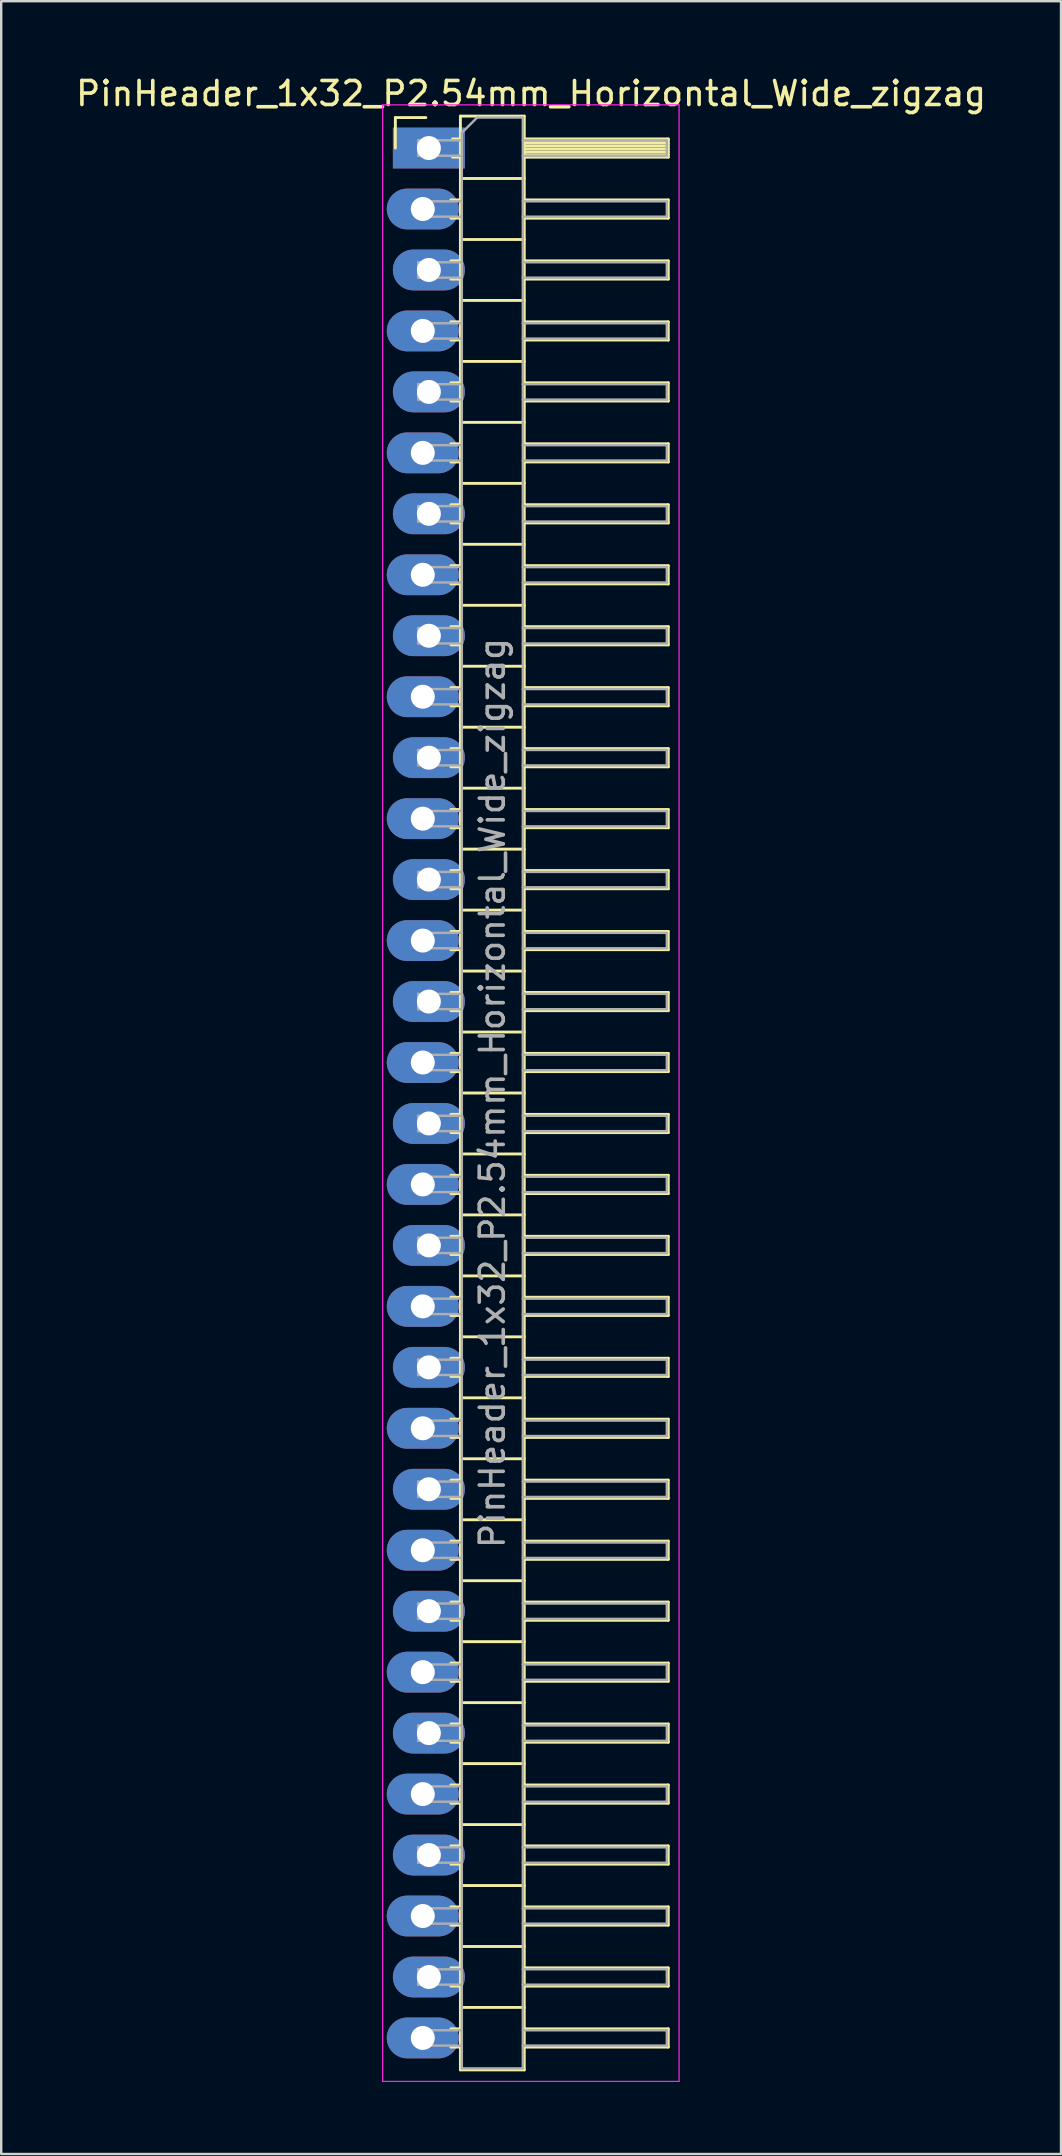
<source format=kicad_pcb>
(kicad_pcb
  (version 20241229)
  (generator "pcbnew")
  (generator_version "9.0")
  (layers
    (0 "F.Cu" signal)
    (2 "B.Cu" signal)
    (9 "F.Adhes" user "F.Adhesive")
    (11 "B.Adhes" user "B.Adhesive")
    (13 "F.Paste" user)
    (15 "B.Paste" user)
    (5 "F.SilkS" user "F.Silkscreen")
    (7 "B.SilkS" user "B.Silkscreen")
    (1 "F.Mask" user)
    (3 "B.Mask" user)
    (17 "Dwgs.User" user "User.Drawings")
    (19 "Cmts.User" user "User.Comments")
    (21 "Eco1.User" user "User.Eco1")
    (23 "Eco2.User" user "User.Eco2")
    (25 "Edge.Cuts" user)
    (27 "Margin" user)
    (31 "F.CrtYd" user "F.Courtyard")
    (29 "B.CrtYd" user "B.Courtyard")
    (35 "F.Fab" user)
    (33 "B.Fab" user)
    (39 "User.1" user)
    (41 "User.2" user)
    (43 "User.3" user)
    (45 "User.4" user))
  (footprint "PinHeader_1x32_P2.54mm_Horizontal_Wide_zigzag"
    (layer "F.Cu")
    (at 14.692 3.118)
    (property "Reference" "PinHeader_1x32_P2.54mm_Horizontal_Wide_zigzag" (at 4.385 -2.27 0) (layer "F.SilkS") (effects (font (size 1 1) (thickness 0.15))))
    (attr through_hole)
    (fp_line (start -1.27 -1.27) (end 0 -1.27) (stroke (width 0.12) (type solid)) (layer "F.SilkS"))
    (fp_line (start -1.27 0) (end -1.27 -1.27) (stroke (width 0.12) (type solid)) (layer "F.SilkS"))
    (fp_line (start 1.043 2.16) (end 1.44 2.16) (stroke (width 0.12) (type solid)) (layer "F.SilkS"))
    (fp_line (start 1.043 2.92) (end 1.44 2.92) (stroke (width 0.12) (type solid)) (layer "F.SilkS"))
    (fp_line (start 1.043 4.7) (end 1.44 4.7) (stroke (width 0.12) (type solid)) (layer "F.SilkS"))
    (fp_line (start 1.043 5.46) (end 1.44 5.46) (stroke (width 0.12) (type solid)) (layer "F.SilkS"))
    (fp_line (start 1.043 7.24) (end 1.44 7.24) (stroke (width 0.12) (type solid)) (layer "F.SilkS"))
    (fp_line (start 1.043 8) (end 1.44 8) (stroke (width 0.12) (type solid)) (layer "F.SilkS"))
    (fp_line (start 1.043 9.78) (end 1.44 9.78) (stroke (width 0.12) (type solid)) (layer "F.SilkS"))
    (fp_line (start 1.043 10.54) (end 1.44 10.54) (stroke (width 0.12) (type solid)) (layer "F.SilkS"))
    (fp_line (start 1.043 12.32) (end 1.44 12.32) (stroke (width 0.12) (type solid)) (layer "F.SilkS"))
    (fp_line (start 1.043 13.08) (end 1.44 13.08) (stroke (width 0.12) (type solid)) (layer "F.SilkS"))
    (fp_line (start 1.043 14.86) (end 1.44 14.86) (stroke (width 0.12) (type solid)) (layer "F.SilkS"))
    (fp_line (start 1.043 15.62) (end 1.44 15.62) (stroke (width 0.12) (type solid)) (layer "F.SilkS"))
    (fp_line (start 1.043 17.4) (end 1.44 17.4) (stroke (width 0.12) (type solid)) (layer "F.SilkS"))
    (fp_line (start 1.043 18.16) (end 1.44 18.16) (stroke (width 0.12) (type solid)) (layer "F.SilkS"))
    (fp_line (start 1.043 19.94) (end 1.44 19.94) (stroke (width 0.12) (type solid)) (layer "F.SilkS"))
    (fp_line (start 1.043 20.7) (end 1.44 20.7) (stroke (width 0.12) (type solid)) (layer "F.SilkS"))
    (fp_line (start 1.043 22.48) (end 1.44 22.48) (stroke (width 0.12) (type solid)) (layer "F.SilkS"))
    (fp_line (start 1.043 23.24) (end 1.44 23.24) (stroke (width 0.12) (type solid)) (layer "F.SilkS"))
    (fp_line (start 1.043 25.02) (end 1.44 25.02) (stroke (width 0.12) (type solid)) (layer "F.SilkS"))
    (fp_line (start 1.043 25.78) (end 1.44 25.78) (stroke (width 0.12) (type solid)) (layer "F.SilkS"))
    (fp_line (start 1.043 27.56) (end 1.44 27.56) (stroke (width 0.12) (type solid)) (layer "F.SilkS"))
    (fp_line (start 1.043 28.32) (end 1.44 28.32) (stroke (width 0.12) (type solid)) (layer "F.SilkS"))
    (fp_line (start 1.043 30.1) (end 1.44 30.1) (stroke (width 0.12) (type solid)) (layer "F.SilkS"))
    (fp_line (start 1.043 30.86) (end 1.44 30.86) (stroke (width 0.12) (type solid)) (layer "F.SilkS"))
    (fp_line (start 1.043 32.64) (end 1.44 32.64) (stroke (width 0.12) (type solid)) (layer "F.SilkS"))
    (fp_line (start 1.043 33.4) (end 1.44 33.4) (stroke (width 0.12) (type solid)) (layer "F.SilkS"))
    (fp_line (start 1.043 35.18) (end 1.44 35.18) (stroke (width 0.12) (type solid)) (layer "F.SilkS"))
    (fp_line (start 1.043 35.94) (end 1.44 35.94) (stroke (width 0.12) (type solid)) (layer "F.SilkS"))
    (fp_line (start 1.043 37.72) (end 1.44 37.72) (stroke (width 0.12) (type solid)) (layer "F.SilkS"))
    (fp_line (start 1.043 38.48) (end 1.44 38.48) (stroke (width 0.12) (type solid)) (layer "F.SilkS"))
    (fp_line (start 1.043 40.26) (end 1.44 40.26) (stroke (width 0.12) (type solid)) (layer "F.SilkS"))
    (fp_line (start 1.043 41.02) (end 1.44 41.02) (stroke (width 0.12) (type solid)) (layer "F.SilkS"))
    (fp_line (start 1.043 42.8) (end 1.44 42.8) (stroke (width 0.12) (type solid)) (layer "F.SilkS"))
    (fp_line (start 1.043 43.56) (end 1.44 43.56) (stroke (width 0.12) (type solid)) (layer "F.SilkS"))
    (fp_line (start 1.043 45.34) (end 1.44 45.34) (stroke (width 0.12) (type solid)) (layer "F.SilkS"))
    (fp_line (start 1.043 46.1) (end 1.44 46.1) (stroke (width 0.12) (type solid)) (layer "F.SilkS"))
    (fp_line (start 1.043 47.88) (end 1.44 47.88) (stroke (width 0.12) (type solid)) (layer "F.SilkS"))
    (fp_line (start 1.043 48.64) (end 1.44 48.64) (stroke (width 0.12) (type solid)) (layer "F.SilkS"))
    (fp_line (start 1.043 50.42) (end 1.44 50.42) (stroke (width 0.12) (type solid)) (layer "F.SilkS"))
    (fp_line (start 1.043 51.18) (end 1.44 51.18) (stroke (width 0.12) (type solid)) (layer "F.SilkS"))
    (fp_line (start 1.043 52.96) (end 1.44 52.96) (stroke (width 0.12) (type solid)) (layer "F.SilkS"))
    (fp_line (start 1.043 53.72) (end 1.44 53.72) (stroke (width 0.12) (type solid)) (layer "F.SilkS"))
    (fp_line (start 1.043 55.5) (end 1.44 55.5) (stroke (width 0.12) (type solid)) (layer "F.SilkS"))
    (fp_line (start 1.043 56.26) (end 1.44 56.26) (stroke (width 0.12) (type solid)) (layer "F.SilkS"))
    (fp_line (start 1.043 58.04) (end 1.44 58.04) (stroke (width 0.12) (type solid)) (layer "F.SilkS"))
    (fp_line (start 1.043 58.8) (end 1.44 58.8) (stroke (width 0.12) (type solid)) (layer "F.SilkS"))
    (fp_line (start 1.043 60.58) (end 1.44 60.58) (stroke (width 0.12) (type solid)) (layer "F.SilkS"))
    (fp_line (start 1.043 61.34) (end 1.44 61.34) (stroke (width 0.12) (type solid)) (layer "F.SilkS"))
    (fp_line (start 1.043 63.12) (end 1.44 63.12) (stroke (width 0.12) (type solid)) (layer "F.SilkS"))
    (fp_line (start 1.043 63.88) (end 1.44 63.88) (stroke (width 0.12) (type solid)) (layer "F.SilkS"))
    (fp_line (start 1.043 65.66) (end 1.44 65.66) (stroke (width 0.12) (type solid)) (layer "F.SilkS"))
    (fp_line (start 1.043 66.42) (end 1.44 66.42) (stroke (width 0.12) (type solid)) (layer "F.SilkS"))
    (fp_line (start 1.043 68.2) (end 1.44 68.2) (stroke (width 0.12) (type solid)) (layer "F.SilkS"))
    (fp_line (start 1.043 68.96) (end 1.44 68.96) (stroke (width 0.12) (type solid)) (layer "F.SilkS"))
    (fp_line (start 1.043 70.74) (end 1.44 70.74) (stroke (width 0.12) (type solid)) (layer "F.SilkS"))
    (fp_line (start 1.043 71.5) (end 1.44 71.5) (stroke (width 0.12) (type solid)) (layer "F.SilkS"))
    (fp_line (start 1.043 73.28) (end 1.44 73.28) (stroke (width 0.12) (type solid)) (layer "F.SilkS"))
    (fp_line (start 1.043 74.04) (end 1.44 74.04) (stroke (width 0.12) (type solid)) (layer "F.SilkS"))
    (fp_line (start 1.043 75.82) (end 1.44 75.82) (stroke (width 0.12) (type solid)) (layer "F.SilkS"))
    (fp_line (start 1.043 76.58) (end 1.44 76.58) (stroke (width 0.12) (type solid)) (layer "F.SilkS"))
    (fp_line (start 1.043 78.36) (end 1.44 78.36) (stroke (width 0.12) (type solid)) (layer "F.SilkS"))
    (fp_line (start 1.043 79.12) (end 1.44 79.12) (stroke (width 0.12) (type solid)) (layer "F.SilkS"))
    (fp_line (start 1.11 -0.38) (end 1.44 -0.38) (stroke (width 0.12) (type solid)) (layer "F.SilkS"))
    (fp_line (start 1.11 0.38) (end 1.44 0.38) (stroke (width 0.12) (type solid)) (layer "F.SilkS"))
    (fp_line (start 1.44 -1.33) (end 1.44 80.07) (stroke (width 0.12) (type solid)) (layer "F.SilkS"))
    (fp_line (start 1.44 1.27) (end 4.1 1.27) (stroke (width 0.12) (type solid)) (layer "F.SilkS"))
    (fp_line (start 1.44 3.81) (end 4.1 3.81) (stroke (width 0.12) (type solid)) (layer "F.SilkS"))
    (fp_line (start 1.44 6.35) (end 4.1 6.35) (stroke (width 0.12) (type solid)) (layer "F.SilkS"))
    (fp_line (start 1.44 8.89) (end 4.1 8.89) (stroke (width 0.12) (type solid)) (layer "F.SilkS"))
    (fp_line (start 1.44 11.43) (end 4.1 11.43) (stroke (width 0.12) (type solid)) (layer "F.SilkS"))
    (fp_line (start 1.44 13.97) (end 4.1 13.97) (stroke (width 0.12) (type solid)) (layer "F.SilkS"))
    (fp_line (start 1.44 16.51) (end 4.1 16.51) (stroke (width 0.12) (type solid)) (layer "F.SilkS"))
    (fp_line (start 1.44 19.05) (end 4.1 19.05) (stroke (width 0.12) (type solid)) (layer "F.SilkS"))
    (fp_line (start 1.44 21.59) (end 4.1 21.59) (stroke (width 0.12) (type solid)) (layer "F.SilkS"))
    (fp_line (start 1.44 24.13) (end 4.1 24.13) (stroke (width 0.12) (type solid)) (layer "F.SilkS"))
    (fp_line (start 1.44 26.67) (end 4.1 26.67) (stroke (width 0.12) (type solid)) (layer "F.SilkS"))
    (fp_line (start 1.44 29.21) (end 4.1 29.21) (stroke (width 0.12) (type solid)) (layer "F.SilkS"))
    (fp_line (start 1.44 31.75) (end 4.1 31.75) (stroke (width 0.12) (type solid)) (layer "F.SilkS"))
    (fp_line (start 1.44 34.29) (end 4.1 34.29) (stroke (width 0.12) (type solid)) (layer "F.SilkS"))
    (fp_line (start 1.44 36.83) (end 4.1 36.83) (stroke (width 0.12) (type solid)) (layer "F.SilkS"))
    (fp_line (start 1.44 39.37) (end 4.1 39.37) (stroke (width 0.12) (type solid)) (layer "F.SilkS"))
    (fp_line (start 1.44 41.91) (end 4.1 41.91) (stroke (width 0.12) (type solid)) (layer "F.SilkS"))
    (fp_line (start 1.44 44.45) (end 4.1 44.45) (stroke (width 0.12) (type solid)) (layer "F.SilkS"))
    (fp_line (start 1.44 46.99) (end 4.1 46.99) (stroke (width 0.12) (type solid)) (layer "F.SilkS"))
    (fp_line (start 1.44 49.53) (end 4.1 49.53) (stroke (width 0.12) (type solid)) (layer "F.SilkS"))
    (fp_line (start 1.44 52.07) (end 4.1 52.07) (stroke (width 0.12) (type solid)) (layer "F.SilkS"))
    (fp_line (start 1.44 54.61) (end 4.1 54.61) (stroke (width 0.12) (type solid)) (layer "F.SilkS"))
    (fp_line (start 1.44 57.15) (end 4.1 57.15) (stroke (width 0.12) (type solid)) (layer "F.SilkS"))
    (fp_line (start 1.44 59.69) (end 4.1 59.69) (stroke (width 0.12) (type solid)) (layer "F.SilkS"))
    (fp_line (start 1.44 62.23) (end 4.1 62.23) (stroke (width 0.12) (type solid)) (layer "F.SilkS"))
    (fp_line (start 1.44 64.77) (end 4.1 64.77) (stroke (width 0.12) (type solid)) (layer "F.SilkS"))
    (fp_line (start 1.44 67.31) (end 4.1 67.31) (stroke (width 0.12) (type solid)) (layer "F.SilkS"))
    (fp_line (start 1.44 69.85) (end 4.1 69.85) (stroke (width 0.12) (type solid)) (layer "F.SilkS"))
    (fp_line (start 1.44 72.39) (end 4.1 72.39) (stroke (width 0.12) (type solid)) (layer "F.SilkS"))
    (fp_line (start 1.44 74.93) (end 4.1 74.93) (stroke (width 0.12) (type solid)) (layer "F.SilkS"))
    (fp_line (start 1.44 77.47) (end 4.1 77.47) (stroke (width 0.12) (type solid)) (layer "F.SilkS"))
    (fp_line (start 1.44 80.07) (end 4.1 80.07) (stroke (width 0.12) (type solid)) (layer "F.SilkS"))
    (fp_line (start 4.1 -1.33) (end 1.44 -1.33) (stroke (width 0.12) (type solid)) (layer "F.SilkS"))
    (fp_line (start 4.1 -0.38) (end 10.1 -0.38) (stroke (width 0.12) (type solid)) (layer "F.SilkS"))
    (fp_line (start 4.1 -0.32) (end 10.1 -0.32) (stroke (width 0.12) (type solid)) (layer "F.SilkS"))
    (fp_line (start 4.1 -0.2) (end 10.1 -0.2) (stroke (width 0.12) (type solid)) (layer "F.SilkS"))
    (fp_line (start 4.1 -0.08) (end 10.1 -0.08) (stroke (width 0.12) (type solid)) (layer "F.SilkS"))
    (fp_line (start 4.1 0.04) (end 10.1 0.04) (stroke (width 0.12) (type solid)) (layer "F.SilkS"))
    (fp_line (start 4.1 0.16) (end 10.1 0.16) (stroke (width 0.12) (type solid)) (layer "F.SilkS"))
    (fp_line (start 4.1 0.28) (end 10.1 0.28) (stroke (width 0.12) (type solid)) (layer "F.SilkS"))
    (fp_line (start 4.1 2.16) (end 10.1 2.16) (stroke (width 0.12) (type solid)) (layer "F.SilkS"))
    (fp_line (start 4.1 4.7) (end 10.1 4.7) (stroke (width 0.12) (type solid)) (layer "F.SilkS"))
    (fp_line (start 4.1 7.24) (end 10.1 7.24) (stroke (width 0.12) (type solid)) (layer "F.SilkS"))
    (fp_line (start 4.1 9.78) (end 10.1 9.78) (stroke (width 0.12) (type solid)) (layer "F.SilkS"))
    (fp_line (start 4.1 12.32) (end 10.1 12.32) (stroke (width 0.12) (type solid)) (layer "F.SilkS"))
    (fp_line (start 4.1 14.86) (end 10.1 14.86) (stroke (width 0.12) (type solid)) (layer "F.SilkS"))
    (fp_line (start 4.1 17.4) (end 10.1 17.4) (stroke (width 0.12) (type solid)) (layer "F.SilkS"))
    (fp_line (start 4.1 19.94) (end 10.1 19.94) (stroke (width 0.12) (type solid)) (layer "F.SilkS"))
    (fp_line (start 4.1 22.48) (end 10.1 22.48) (stroke (width 0.12) (type solid)) (layer "F.SilkS"))
    (fp_line (start 4.1 25.02) (end 10.1 25.02) (stroke (width 0.12) (type solid)) (layer "F.SilkS"))
    (fp_line (start 4.1 27.56) (end 10.1 27.56) (stroke (width 0.12) (type solid)) (layer "F.SilkS"))
    (fp_line (start 4.1 30.1) (end 10.1 30.1) (stroke (width 0.12) (type solid)) (layer "F.SilkS"))
    (fp_line (start 4.1 32.64) (end 10.1 32.64) (stroke (width 0.12) (type solid)) (layer "F.SilkS"))
    (fp_line (start 4.1 35.18) (end 10.1 35.18) (stroke (width 0.12) (type solid)) (layer "F.SilkS"))
    (fp_line (start 4.1 37.72) (end 10.1 37.72) (stroke (width 0.12) (type solid)) (layer "F.SilkS"))
    (fp_line (start 4.1 40.26) (end 10.1 40.26) (stroke (width 0.12) (type solid)) (layer "F.SilkS"))
    (fp_line (start 4.1 42.8) (end 10.1 42.8) (stroke (width 0.12) (type solid)) (layer "F.SilkS"))
    (fp_line (start 4.1 45.34) (end 10.1 45.34) (stroke (width 0.12) (type solid)) (layer "F.SilkS"))
    (fp_line (start 4.1 47.88) (end 10.1 47.88) (stroke (width 0.12) (type solid)) (layer "F.SilkS"))
    (fp_line (start 4.1 50.42) (end 10.1 50.42) (stroke (width 0.12) (type solid)) (layer "F.SilkS"))
    (fp_line (start 4.1 52.96) (end 10.1 52.96) (stroke (width 0.12) (type solid)) (layer "F.SilkS"))
    (fp_line (start 4.1 55.5) (end 10.1 55.5) (stroke (width 0.12) (type solid)) (layer "F.SilkS"))
    (fp_line (start 4.1 58.04) (end 10.1 58.04) (stroke (width 0.12) (type solid)) (layer "F.SilkS"))
    (fp_line (start 4.1 60.58) (end 10.1 60.58) (stroke (width 0.12) (type solid)) (layer "F.SilkS"))
    (fp_line (start 4.1 63.12) (end 10.1 63.12) (stroke (width 0.12) (type solid)) (layer "F.SilkS"))
    (fp_line (start 4.1 65.66) (end 10.1 65.66) (stroke (width 0.12) (type solid)) (layer "F.SilkS"))
    (fp_line (start 4.1 68.2) (end 10.1 68.2) (stroke (width 0.12) (type solid)) (layer "F.SilkS"))
    (fp_line (start 4.1 70.74) (end 10.1 70.74) (stroke (width 0.12) (type solid)) (layer "F.SilkS"))
    (fp_line (start 4.1 73.28) (end 10.1 73.28) (stroke (width 0.12) (type solid)) (layer "F.SilkS"))
    (fp_line (start 4.1 75.82) (end 10.1 75.82) (stroke (width 0.12) (type solid)) (layer "F.SilkS"))
    (fp_line (start 4.1 78.36) (end 10.1 78.36) (stroke (width 0.12) (type solid)) (layer "F.SilkS"))
    (fp_line (start 4.1 80.07) (end 4.1 -1.33) (stroke (width 0.12) (type solid)) (layer "F.SilkS"))
    (fp_line (start 10.1 -0.38) (end 10.1 0.38) (stroke (width 0.12) (type solid)) (layer "F.SilkS"))
    (fp_line (start 10.1 0.38) (end 4.1 0.38) (stroke (width 0.12) (type solid)) (layer "F.SilkS"))
    (fp_line (start 10.1 2.16) (end 10.1 2.92) (stroke (width 0.12) (type solid)) (layer "F.SilkS"))
    (fp_line (start 10.1 2.92) (end 4.1 2.92) (stroke (width 0.12) (type solid)) (layer "F.SilkS"))
    (fp_line (start 10.1 4.7) (end 10.1 5.46) (stroke (width 0.12) (type solid)) (layer "F.SilkS"))
    (fp_line (start 10.1 5.46) (end 4.1 5.46) (stroke (width 0.12) (type solid)) (layer "F.SilkS"))
    (fp_line (start 10.1 7.24) (end 10.1 8) (stroke (width 0.12) (type solid)) (layer "F.SilkS"))
    (fp_line (start 10.1 8) (end 4.1 8) (stroke (width 0.12) (type solid)) (layer "F.SilkS"))
    (fp_line (start 10.1 9.78) (end 10.1 10.54) (stroke (width 0.12) (type solid)) (layer "F.SilkS"))
    (fp_line (start 10.1 10.54) (end 4.1 10.54) (stroke (width 0.12) (type solid)) (layer "F.SilkS"))
    (fp_line (start 10.1 12.32) (end 10.1 13.08) (stroke (width 0.12) (type solid)) (layer "F.SilkS"))
    (fp_line (start 10.1 13.08) (end 4.1 13.08) (stroke (width 0.12) (type solid)) (layer "F.SilkS"))
    (fp_line (start 10.1 14.86) (end 10.1 15.62) (stroke (width 0.12) (type solid)) (layer "F.SilkS"))
    (fp_line (start 10.1 15.62) (end 4.1 15.62) (stroke (width 0.12) (type solid)) (layer "F.SilkS"))
    (fp_line (start 10.1 17.4) (end 10.1 18.16) (stroke (width 0.12) (type solid)) (layer "F.SilkS"))
    (fp_line (start 10.1 18.16) (end 4.1 18.16) (stroke (width 0.12) (type solid)) (layer "F.SilkS"))
    (fp_line (start 10.1 19.94) (end 10.1 20.7) (stroke (width 0.12) (type solid)) (layer "F.SilkS"))
    (fp_line (start 10.1 20.7) (end 4.1 20.7) (stroke (width 0.12) (type solid)) (layer "F.SilkS"))
    (fp_line (start 10.1 22.48) (end 10.1 23.24) (stroke (width 0.12) (type solid)) (layer "F.SilkS"))
    (fp_line (start 10.1 23.24) (end 4.1 23.24) (stroke (width 0.12) (type solid)) (layer "F.SilkS"))
    (fp_line (start 10.1 25.02) (end 10.1 25.78) (stroke (width 0.12) (type solid)) (layer "F.SilkS"))
    (fp_line (start 10.1 25.78) (end 4.1 25.78) (stroke (width 0.12) (type solid)) (layer "F.SilkS"))
    (fp_line (start 10.1 27.56) (end 10.1 28.32) (stroke (width 0.12) (type solid)) (layer "F.SilkS"))
    (fp_line (start 10.1 28.32) (end 4.1 28.32) (stroke (width 0.12) (type solid)) (layer "F.SilkS"))
    (fp_line (start 10.1 30.1) (end 10.1 30.86) (stroke (width 0.12) (type solid)) (layer "F.SilkS"))
    (fp_line (start 10.1 30.86) (end 4.1 30.86) (stroke (width 0.12) (type solid)) (layer "F.SilkS"))
    (fp_line (start 10.1 32.64) (end 10.1 33.4) (stroke (width 0.12) (type solid)) (layer "F.SilkS"))
    (fp_line (start 10.1 33.4) (end 4.1 33.4) (stroke (width 0.12) (type solid)) (layer "F.SilkS"))
    (fp_line (start 10.1 35.18) (end 10.1 35.94) (stroke (width 0.12) (type solid)) (layer "F.SilkS"))
    (fp_line (start 10.1 35.94) (end 4.1 35.94) (stroke (width 0.12) (type solid)) (layer "F.SilkS"))
    (fp_line (start 10.1 37.72) (end 10.1 38.48) (stroke (width 0.12) (type solid)) (layer "F.SilkS"))
    (fp_line (start 10.1 38.48) (end 4.1 38.48) (stroke (width 0.12) (type solid)) (layer "F.SilkS"))
    (fp_line (start 10.1 40.26) (end 10.1 41.02) (stroke (width 0.12) (type solid)) (layer "F.SilkS"))
    (fp_line (start 10.1 41.02) (end 4.1 41.02) (stroke (width 0.12) (type solid)) (layer "F.SilkS"))
    (fp_line (start 10.1 42.8) (end 10.1 43.56) (stroke (width 0.12) (type solid)) (layer "F.SilkS"))
    (fp_line (start 10.1 43.56) (end 4.1 43.56) (stroke (width 0.12) (type solid)) (layer "F.SilkS"))
    (fp_line (start 10.1 45.34) (end 10.1 46.1) (stroke (width 0.12) (type solid)) (layer "F.SilkS"))
    (fp_line (start 10.1 46.1) (end 4.1 46.1) (stroke (width 0.12) (type solid)) (layer "F.SilkS"))
    (fp_line (start 10.1 47.88) (end 10.1 48.64) (stroke (width 0.12) (type solid)) (layer "F.SilkS"))
    (fp_line (start 10.1 48.64) (end 4.1 48.64) (stroke (width 0.12) (type solid)) (layer "F.SilkS"))
    (fp_line (start 10.1 50.42) (end 10.1 51.18) (stroke (width 0.12) (type solid)) (layer "F.SilkS"))
    (fp_line (start 10.1 51.18) (end 4.1 51.18) (stroke (width 0.12) (type solid)) (layer "F.SilkS"))
    (fp_line (start 10.1 52.96) (end 10.1 53.72) (stroke (width 0.12) (type solid)) (layer "F.SilkS"))
    (fp_line (start 10.1 53.72) (end 4.1 53.72) (stroke (width 0.12) (type solid)) (layer "F.SilkS"))
    (fp_line (start 10.1 55.5) (end 10.1 56.26) (stroke (width 0.12) (type solid)) (layer "F.SilkS"))
    (fp_line (start 10.1 56.26) (end 4.1 56.26) (stroke (width 0.12) (type solid)) (layer "F.SilkS"))
    (fp_line (start 10.1 58.04) (end 10.1 58.8) (stroke (width 0.12) (type solid)) (layer "F.SilkS"))
    (fp_line (start 10.1 58.8) (end 4.1 58.8) (stroke (width 0.12) (type solid)) (layer "F.SilkS"))
    (fp_line (start 10.1 60.58) (end 10.1 61.34) (stroke (width 0.12) (type solid)) (layer "F.SilkS"))
    (fp_line (start 10.1 61.34) (end 4.1 61.34) (stroke (width 0.12) (type solid)) (layer "F.SilkS"))
    (fp_line (start 10.1 63.12) (end 10.1 63.88) (stroke (width 0.12) (type solid)) (layer "F.SilkS"))
    (fp_line (start 10.1 63.88) (end 4.1 63.88) (stroke (width 0.12) (type solid)) (layer "F.SilkS"))
    (fp_line (start 10.1 65.66) (end 10.1 66.42) (stroke (width 0.12) (type solid)) (layer "F.SilkS"))
    (fp_line (start 10.1 66.42) (end 4.1 66.42) (stroke (width 0.12) (type solid)) (layer "F.SilkS"))
    (fp_line (start 10.1 68.2) (end 10.1 68.96) (stroke (width 0.12) (type solid)) (layer "F.SilkS"))
    (fp_line (start 10.1 68.96) (end 4.1 68.96) (stroke (width 0.12) (type solid)) (layer "F.SilkS"))
    (fp_line (start 10.1 70.74) (end 10.1 71.5) (stroke (width 0.12) (type solid)) (layer "F.SilkS"))
    (fp_line (start 10.1 71.5) (end 4.1 71.5) (stroke (width 0.12) (type solid)) (layer "F.SilkS"))
    (fp_line (start 10.1 73.28) (end 10.1 74.04) (stroke (width 0.12) (type solid)) (layer "F.SilkS"))
    (fp_line (start 10.1 74.04) (end 4.1 74.04) (stroke (width 0.12) (type solid)) (layer "F.SilkS"))
    (fp_line (start 10.1 75.82) (end 10.1 76.58) (stroke (width 0.12) (type solid)) (layer "F.SilkS"))
    (fp_line (start 10.1 76.58) (end 4.1 76.58) (stroke (width 0.12) (type solid)) (layer "F.SilkS"))
    (fp_line (start 10.1 78.36) (end 10.1 79.12) (stroke (width 0.12) (type solid)) (layer "F.SilkS"))
    (fp_line (start 10.1 79.12) (end 4.1 79.12) (stroke (width 0.12) (type solid)) (layer "F.SilkS"))
    (fp_line (start -1.8 -1.8) (end -1.8 80.55) (stroke (width 0.05) (type solid)) (layer "F.CrtYd"))
    (fp_line (start -1.8 80.55) (end 10.55 80.55) (stroke (width 0.05) (type solid)) (layer "F.CrtYd"))
    (fp_line (start 10.55 -1.8) (end -1.8 -1.8) (stroke (width 0.05) (type solid)) (layer "F.CrtYd"))
    (fp_line (start 10.55 80.55) (end 10.55 -1.8) (stroke (width 0.05) (type solid)) (layer "F.CrtYd"))
    (fp_line (start -0.32 -0.32) (end -0.32 0.32) (stroke (width 0.1) (type solid)) (layer "F.Fab"))
    (fp_line (start -0.32 -0.32) (end 1.5 -0.32) (stroke (width 0.1) (type solid)) (layer "F.Fab"))
    (fp_line (start -0.32 0.32) (end 1.5 0.32) (stroke (width 0.1) (type solid)) (layer "F.Fab"))
    (fp_line (start -0.32 2.22) (end -0.32 2.86) (stroke (width 0.1) (type solid)) (layer "F.Fab"))
    (fp_line (start -0.32 2.22) (end 1.5 2.22) (stroke (width 0.1) (type solid)) (layer "F.Fab"))
    (fp_line (start -0.32 2.86) (end 1.5 2.86) (stroke (width 0.1) (type solid)) (layer "F.Fab"))
    (fp_line (start -0.32 4.76) (end -0.32 5.4) (stroke (width 0.1) (type solid)) (layer "F.Fab"))
    (fp_line (start -0.32 4.76) (end 1.5 4.76) (stroke (width 0.1) (type solid)) (layer "F.Fab"))
    (fp_line (start -0.32 5.4) (end 1.5 5.4) (stroke (width 0.1) (type solid)) (layer "F.Fab"))
    (fp_line (start -0.32 7.3) (end -0.32 7.94) (stroke (width 0.1) (type solid)) (layer "F.Fab"))
    (fp_line (start -0.32 7.3) (end 1.5 7.3) (stroke (width 0.1) (type solid)) (layer "F.Fab"))
    (fp_line (start -0.32 7.94) (end 1.5 7.94) (stroke (width 0.1) (type solid)) (layer "F.Fab"))
    (fp_line (start -0.32 9.84) (end -0.32 10.48) (stroke (width 0.1) (type solid)) (layer "F.Fab"))
    (fp_line (start -0.32 9.84) (end 1.5 9.84) (stroke (width 0.1) (type solid)) (layer "F.Fab"))
    (fp_line (start -0.32 10.48) (end 1.5 10.48) (stroke (width 0.1) (type solid)) (layer "F.Fab"))
    (fp_line (start -0.32 12.38) (end -0.32 13.02) (stroke (width 0.1) (type solid)) (layer "F.Fab"))
    (fp_line (start -0.32 12.38) (end 1.5 12.38) (stroke (width 0.1) (type solid)) (layer "F.Fab"))
    (fp_line (start -0.32 13.02) (end 1.5 13.02) (stroke (width 0.1) (type solid)) (layer "F.Fab"))
    (fp_line (start -0.32 14.92) (end -0.32 15.56) (stroke (width 0.1) (type solid)) (layer "F.Fab"))
    (fp_line (start -0.32 14.92) (end 1.5 14.92) (stroke (width 0.1) (type solid)) (layer "F.Fab"))
    (fp_line (start -0.32 15.56) (end 1.5 15.56) (stroke (width 0.1) (type solid)) (layer "F.Fab"))
    (fp_line (start -0.32 17.46) (end -0.32 18.1) (stroke (width 0.1) (type solid)) (layer "F.Fab"))
    (fp_line (start -0.32 17.46) (end 1.5 17.46) (stroke (width 0.1) (type solid)) (layer "F.Fab"))
    (fp_line (start -0.32 18.1) (end 1.5 18.1) (stroke (width 0.1) (type solid)) (layer "F.Fab"))
    (fp_line (start -0.32 20) (end -0.32 20.64) (stroke (width 0.1) (type solid)) (layer "F.Fab"))
    (fp_line (start -0.32 20) (end 1.5 20) (stroke (width 0.1) (type solid)) (layer "F.Fab"))
    (fp_line (start -0.32 20.64) (end 1.5 20.64) (stroke (width 0.1) (type solid)) (layer "F.Fab"))
    (fp_line (start -0.32 22.54) (end -0.32 23.18) (stroke (width 0.1) (type solid)) (layer "F.Fab"))
    (fp_line (start -0.32 22.54) (end 1.5 22.54) (stroke (width 0.1) (type solid)) (layer "F.Fab"))
    (fp_line (start -0.32 23.18) (end 1.5 23.18) (stroke (width 0.1) (type solid)) (layer "F.Fab"))
    (fp_line (start -0.32 25.08) (end -0.32 25.72) (stroke (width 0.1) (type solid)) (layer "F.Fab"))
    (fp_line (start -0.32 25.08) (end 1.5 25.08) (stroke (width 0.1) (type solid)) (layer "F.Fab"))
    (fp_line (start -0.32 25.72) (end 1.5 25.72) (stroke (width 0.1) (type solid)) (layer "F.Fab"))
    (fp_line (start -0.32 27.62) (end -0.32 28.26) (stroke (width 0.1) (type solid)) (layer "F.Fab"))
    (fp_line (start -0.32 27.62) (end 1.5 27.62) (stroke (width 0.1) (type solid)) (layer "F.Fab"))
    (fp_line (start -0.32 28.26) (end 1.5 28.26) (stroke (width 0.1) (type solid)) (layer "F.Fab"))
    (fp_line (start -0.32 30.16) (end -0.32 30.8) (stroke (width 0.1) (type solid)) (layer "F.Fab"))
    (fp_line (start -0.32 30.16) (end 1.5 30.16) (stroke (width 0.1) (type solid)) (layer "F.Fab"))
    (fp_line (start -0.32 30.8) (end 1.5 30.8) (stroke (width 0.1) (type solid)) (layer "F.Fab"))
    (fp_line (start -0.32 32.7) (end -0.32 33.34) (stroke (width 0.1) (type solid)) (layer "F.Fab"))
    (fp_line (start -0.32 32.7) (end 1.5 32.7) (stroke (width 0.1) (type solid)) (layer "F.Fab"))
    (fp_line (start -0.32 33.34) (end 1.5 33.34) (stroke (width 0.1) (type solid)) (layer "F.Fab"))
    (fp_line (start -0.32 35.24) (end -0.32 35.88) (stroke (width 0.1) (type solid)) (layer "F.Fab"))
    (fp_line (start -0.32 35.24) (end 1.5 35.24) (stroke (width 0.1) (type solid)) (layer "F.Fab"))
    (fp_line (start -0.32 35.88) (end 1.5 35.88) (stroke (width 0.1) (type solid)) (layer "F.Fab"))
    (fp_line (start -0.32 37.78) (end -0.32 38.42) (stroke (width 0.1) (type solid)) (layer "F.Fab"))
    (fp_line (start -0.32 37.78) (end 1.5 37.78) (stroke (width 0.1) (type solid)) (layer "F.Fab"))
    (fp_line (start -0.32 38.42) (end 1.5 38.42) (stroke (width 0.1) (type solid)) (layer "F.Fab"))
    (fp_line (start -0.32 40.32) (end -0.32 40.96) (stroke (width 0.1) (type solid)) (layer "F.Fab"))
    (fp_line (start -0.32 40.32) (end 1.5 40.32) (stroke (width 0.1) (type solid)) (layer "F.Fab"))
    (fp_line (start -0.32 40.96) (end 1.5 40.96) (stroke (width 0.1) (type solid)) (layer "F.Fab"))
    (fp_line (start -0.32 42.86) (end -0.32 43.5) (stroke (width 0.1) (type solid)) (layer "F.Fab"))
    (fp_line (start -0.32 42.86) (end 1.5 42.86) (stroke (width 0.1) (type solid)) (layer "F.Fab"))
    (fp_line (start -0.32 43.5) (end 1.5 43.5) (stroke (width 0.1) (type solid)) (layer "F.Fab"))
    (fp_line (start -0.32 45.4) (end -0.32 46.04) (stroke (width 0.1) (type solid)) (layer "F.Fab"))
    (fp_line (start -0.32 45.4) (end 1.5 45.4) (stroke (width 0.1) (type solid)) (layer "F.Fab"))
    (fp_line (start -0.32 46.04) (end 1.5 46.04) (stroke (width 0.1) (type solid)) (layer "F.Fab"))
    (fp_line (start -0.32 47.94) (end -0.32 48.58) (stroke (width 0.1) (type solid)) (layer "F.Fab"))
    (fp_line (start -0.32 47.94) (end 1.5 47.94) (stroke (width 0.1) (type solid)) (layer "F.Fab"))
    (fp_line (start -0.32 48.58) (end 1.5 48.58) (stroke (width 0.1) (type solid)) (layer "F.Fab"))
    (fp_line (start -0.32 50.48) (end -0.32 51.12) (stroke (width 0.1) (type solid)) (layer "F.Fab"))
    (fp_line (start -0.32 50.48) (end 1.5 50.48) (stroke (width 0.1) (type solid)) (layer "F.Fab"))
    (fp_line (start -0.32 51.12) (end 1.5 51.12) (stroke (width 0.1) (type solid)) (layer "F.Fab"))
    (fp_line (start -0.32 53.02) (end -0.32 53.66) (stroke (width 0.1) (type solid)) (layer "F.Fab"))
    (fp_line (start -0.32 53.02) (end 1.5 53.02) (stroke (width 0.1) (type solid)) (layer "F.Fab"))
    (fp_line (start -0.32 53.66) (end 1.5 53.66) (stroke (width 0.1) (type solid)) (layer "F.Fab"))
    (fp_line (start -0.32 55.56) (end -0.32 56.2) (stroke (width 0.1) (type solid)) (layer "F.Fab"))
    (fp_line (start -0.32 55.56) (end 1.5 55.56) (stroke (width 0.1) (type solid)) (layer "F.Fab"))
    (fp_line (start -0.32 56.2) (end 1.5 56.2) (stroke (width 0.1) (type solid)) (layer "F.Fab"))
    (fp_line (start -0.32 58.1) (end -0.32 58.74) (stroke (width 0.1) (type solid)) (layer "F.Fab"))
    (fp_line (start -0.32 58.1) (end 1.5 58.1) (stroke (width 0.1) (type solid)) (layer "F.Fab"))
    (fp_line (start -0.32 58.74) (end 1.5 58.74) (stroke (width 0.1) (type solid)) (layer "F.Fab"))
    (fp_line (start -0.32 60.64) (end -0.32 61.28) (stroke (width 0.1) (type solid)) (layer "F.Fab"))
    (fp_line (start -0.32 60.64) (end 1.5 60.64) (stroke (width 0.1) (type solid)) (layer "F.Fab"))
    (fp_line (start -0.32 61.28) (end 1.5 61.28) (stroke (width 0.1) (type solid)) (layer "F.Fab"))
    (fp_line (start -0.32 63.18) (end -0.32 63.82) (stroke (width 0.1) (type solid)) (layer "F.Fab"))
    (fp_line (start -0.32 63.18) (end 1.5 63.18) (stroke (width 0.1) (type solid)) (layer "F.Fab"))
    (fp_line (start -0.32 63.82) (end 1.5 63.82) (stroke (width 0.1) (type solid)) (layer "F.Fab"))
    (fp_line (start -0.32 65.72) (end -0.32 66.36) (stroke (width 0.1) (type solid)) (layer "F.Fab"))
    (fp_line (start -0.32 65.72) (end 1.5 65.72) (stroke (width 0.1) (type solid)) (layer "F.Fab"))
    (fp_line (start -0.32 66.36) (end 1.5 66.36) (stroke (width 0.1) (type solid)) (layer "F.Fab"))
    (fp_line (start -0.32 68.26) (end -0.32 68.9) (stroke (width 0.1) (type solid)) (layer "F.Fab"))
    (fp_line (start -0.32 68.26) (end 1.5 68.26) (stroke (width 0.1) (type solid)) (layer "F.Fab"))
    (fp_line (start -0.32 68.9) (end 1.5 68.9) (stroke (width 0.1) (type solid)) (layer "F.Fab"))
    (fp_line (start -0.32 70.8) (end -0.32 71.44) (stroke (width 0.1) (type solid)) (layer "F.Fab"))
    (fp_line (start -0.32 70.8) (end 1.5 70.8) (stroke (width 0.1) (type solid)) (layer "F.Fab"))
    (fp_line (start -0.32 71.44) (end 1.5 71.44) (stroke (width 0.1) (type solid)) (layer "F.Fab"))
    (fp_line (start -0.32 73.34) (end -0.32 73.98) (stroke (width 0.1) (type solid)) (layer "F.Fab"))
    (fp_line (start -0.32 73.34) (end 1.5 73.34) (stroke (width 0.1) (type solid)) (layer "F.Fab"))
    (fp_line (start -0.32 73.98) (end 1.5 73.98) (stroke (width 0.1) (type solid)) (layer "F.Fab"))
    (fp_line (start -0.32 75.88) (end -0.32 76.52) (stroke (width 0.1) (type solid)) (layer "F.Fab"))
    (fp_line (start -0.32 75.88) (end 1.5 75.88) (stroke (width 0.1) (type solid)) (layer "F.Fab"))
    (fp_line (start -0.32 76.52) (end 1.5 76.52) (stroke (width 0.1) (type solid)) (layer "F.Fab"))
    (fp_line (start -0.32 78.42) (end -0.32 79.06) (stroke (width 0.1) (type solid)) (layer "F.Fab"))
    (fp_line (start -0.32 78.42) (end 1.5 78.42) (stroke (width 0.1) (type solid)) (layer "F.Fab"))
    (fp_line (start -0.32 79.06) (end 1.5 79.06) (stroke (width 0.1) (type solid)) (layer "F.Fab"))
    (fp_line (start 1.5 -0.635) (end 2.135 -1.27) (stroke (width 0.1) (type solid)) (layer "F.Fab"))
    (fp_line (start 1.5 80.01) (end 1.5 -0.635) (stroke (width 0.1) (type solid)) (layer "F.Fab"))
    (fp_line (start 2.135 -1.27) (end 4.04 -1.27) (stroke (width 0.1) (type solid)) (layer "F.Fab"))
    (fp_line (start 4.04 -1.27) (end 4.04 80.01) (stroke (width 0.1) (type solid)) (layer "F.Fab"))
    (fp_line (start 4.04 -0.32) (end 10.04 -0.32) (stroke (width 0.1) (type solid)) (layer "F.Fab"))
    (fp_line (start 4.04 0.32) (end 10.04 0.32) (stroke (width 0.1) (type solid)) (layer "F.Fab"))
    (fp_line (start 4.04 2.22) (end 10.04 2.22) (stroke (width 0.1) (type solid)) (layer "F.Fab"))
    (fp_line (start 4.04 2.86) (end 10.04 2.86) (stroke (width 0.1) (type solid)) (layer "F.Fab"))
    (fp_line (start 4.04 4.76) (end 10.04 4.76) (stroke (width 0.1) (type solid)) (layer "F.Fab"))
    (fp_line (start 4.04 5.4) (end 10.04 5.4) (stroke (width 0.1) (type solid)) (layer "F.Fab"))
    (fp_line (start 4.04 7.3) (end 10.04 7.3) (stroke (width 0.1) (type solid)) (layer "F.Fab"))
    (fp_line (start 4.04 7.94) (end 10.04 7.94) (stroke (width 0.1) (type solid)) (layer "F.Fab"))
    (fp_line (start 4.04 9.84) (end 10.04 9.84) (stroke (width 0.1) (type solid)) (layer "F.Fab"))
    (fp_line (start 4.04 10.48) (end 10.04 10.48) (stroke (width 0.1) (type solid)) (layer "F.Fab"))
    (fp_line (start 4.04 12.38) (end 10.04 12.38) (stroke (width 0.1) (type solid)) (layer "F.Fab"))
    (fp_line (start 4.04 13.02) (end 10.04 13.02) (stroke (width 0.1) (type solid)) (layer "F.Fab"))
    (fp_line (start 4.04 14.92) (end 10.04 14.92) (stroke (width 0.1) (type solid)) (layer "F.Fab"))
    (fp_line (start 4.04 15.56) (end 10.04 15.56) (stroke (width 0.1) (type solid)) (layer "F.Fab"))
    (fp_line (start 4.04 17.46) (end 10.04 17.46) (stroke (width 0.1) (type solid)) (layer "F.Fab"))
    (fp_line (start 4.04 18.1) (end 10.04 18.1) (stroke (width 0.1) (type solid)) (layer "F.Fab"))
    (fp_line (start 4.04 20) (end 10.04 20) (stroke (width 0.1) (type solid)) (layer "F.Fab"))
    (fp_line (start 4.04 20.64) (end 10.04 20.64) (stroke (width 0.1) (type solid)) (layer "F.Fab"))
    (fp_line (start 4.04 22.54) (end 10.04 22.54) (stroke (width 0.1) (type solid)) (layer "F.Fab"))
    (fp_line (start 4.04 23.18) (end 10.04 23.18) (stroke (width 0.1) (type solid)) (layer "F.Fab"))
    (fp_line (start 4.04 25.08) (end 10.04 25.08) (stroke (width 0.1) (type solid)) (layer "F.Fab"))
    (fp_line (start 4.04 25.72) (end 10.04 25.72) (stroke (width 0.1) (type solid)) (layer "F.Fab"))
    (fp_line (start 4.04 27.62) (end 10.04 27.62) (stroke (width 0.1) (type solid)) (layer "F.Fab"))
    (fp_line (start 4.04 28.26) (end 10.04 28.26) (stroke (width 0.1) (type solid)) (layer "F.Fab"))
    (fp_line (start 4.04 30.16) (end 10.04 30.16) (stroke (width 0.1) (type solid)) (layer "F.Fab"))
    (fp_line (start 4.04 30.8) (end 10.04 30.8) (stroke (width 0.1) (type solid)) (layer "F.Fab"))
    (fp_line (start 4.04 32.7) (end 10.04 32.7) (stroke (width 0.1) (type solid)) (layer "F.Fab"))
    (fp_line (start 4.04 33.34) (end 10.04 33.34) (stroke (width 0.1) (type solid)) (layer "F.Fab"))
    (fp_line (start 4.04 35.24) (end 10.04 35.24) (stroke (width 0.1) (type solid)) (layer "F.Fab"))
    (fp_line (start 4.04 35.88) (end 10.04 35.88) (stroke (width 0.1) (type solid)) (layer "F.Fab"))
    (fp_line (start 4.04 37.78) (end 10.04 37.78) (stroke (width 0.1) (type solid)) (layer "F.Fab"))
    (fp_line (start 4.04 38.42) (end 10.04 38.42) (stroke (width 0.1) (type solid)) (layer "F.Fab"))
    (fp_line (start 4.04 40.32) (end 10.04 40.32) (stroke (width 0.1) (type solid)) (layer "F.Fab"))
    (fp_line (start 4.04 40.96) (end 10.04 40.96) (stroke (width 0.1) (type solid)) (layer "F.Fab"))
    (fp_line (start 4.04 42.86) (end 10.04 42.86) (stroke (width 0.1) (type solid)) (layer "F.Fab"))
    (fp_line (start 4.04 43.5) (end 10.04 43.5) (stroke (width 0.1) (type solid)) (layer "F.Fab"))
    (fp_line (start 4.04 45.4) (end 10.04 45.4) (stroke (width 0.1) (type solid)) (layer "F.Fab"))
    (fp_line (start 4.04 46.04) (end 10.04 46.04) (stroke (width 0.1) (type solid)) (layer "F.Fab"))
    (fp_line (start 4.04 47.94) (end 10.04 47.94) (stroke (width 0.1) (type solid)) (layer "F.Fab"))
    (fp_line (start 4.04 48.58) (end 10.04 48.58) (stroke (width 0.1) (type solid)) (layer "F.Fab"))
    (fp_line (start 4.04 50.48) (end 10.04 50.48) (stroke (width 0.1) (type solid)) (layer "F.Fab"))
    (fp_line (start 4.04 51.12) (end 10.04 51.12) (stroke (width 0.1) (type solid)) (layer "F.Fab"))
    (fp_line (start 4.04 53.02) (end 10.04 53.02) (stroke (width 0.1) (type solid)) (layer "F.Fab"))
    (fp_line (start 4.04 53.66) (end 10.04 53.66) (stroke (width 0.1) (type solid)) (layer "F.Fab"))
    (fp_line (start 4.04 55.56) (end 10.04 55.56) (stroke (width 0.1) (type solid)) (layer "F.Fab"))
    (fp_line (start 4.04 56.2) (end 10.04 56.2) (stroke (width 0.1) (type solid)) (layer "F.Fab"))
    (fp_line (start 4.04 58.1) (end 10.04 58.1) (stroke (width 0.1) (type solid)) (layer "F.Fab"))
    (fp_line (start 4.04 58.74) (end 10.04 58.74) (stroke (width 0.1) (type solid)) (layer "F.Fab"))
    (fp_line (start 4.04 60.64) (end 10.04 60.64) (stroke (width 0.1) (type solid)) (layer "F.Fab"))
    (fp_line (start 4.04 61.28) (end 10.04 61.28) (stroke (width 0.1) (type solid)) (layer "F.Fab"))
    (fp_line (start 4.04 63.18) (end 10.04 63.18) (stroke (width 0.1) (type solid)) (layer "F.Fab"))
    (fp_line (start 4.04 63.82) (end 10.04 63.82) (stroke (width 0.1) (type solid)) (layer "F.Fab"))
    (fp_line (start 4.04 65.72) (end 10.04 65.72) (stroke (width 0.1) (type solid)) (layer "F.Fab"))
    (fp_line (start 4.04 66.36) (end 10.04 66.36) (stroke (width 0.1) (type solid)) (layer "F.Fab"))
    (fp_line (start 4.04 68.26) (end 10.04 68.26) (stroke (width 0.1) (type solid)) (layer "F.Fab"))
    (fp_line (start 4.04 68.9) (end 10.04 68.9) (stroke (width 0.1) (type solid)) (layer "F.Fab"))
    (fp_line (start 4.04 70.8) (end 10.04 70.8) (stroke (width 0.1) (type solid)) (layer "F.Fab"))
    (fp_line (start 4.04 71.44) (end 10.04 71.44) (stroke (width 0.1) (type solid)) (layer "F.Fab"))
    (fp_line (start 4.04 73.34) (end 10.04 73.34) (stroke (width 0.1) (type solid)) (layer "F.Fab"))
    (fp_line (start 4.04 73.98) (end 10.04 73.98) (stroke (width 0.1) (type solid)) (layer "F.Fab"))
    (fp_line (start 4.04 75.88) (end 10.04 75.88) (stroke (width 0.1) (type solid)) (layer "F.Fab"))
    (fp_line (start 4.04 76.52) (end 10.04 76.52) (stroke (width 0.1) (type solid)) (layer "F.Fab"))
    (fp_line (start 4.04 78.42) (end 10.04 78.42) (stroke (width 0.1) (type solid)) (layer "F.Fab"))
    (fp_line (start 4.04 79.06) (end 10.04 79.06) (stroke (width 0.1) (type solid)) (layer "F.Fab"))
    (fp_line (start 4.04 80.01) (end 1.5 80.01) (stroke (width 0.1) (type solid)) (layer "F.Fab"))
    (fp_line (start 10.04 -0.32) (end 10.04 0.32) (stroke (width 0.1) (type solid)) (layer "F.Fab"))
    (fp_line (start 10.04 2.22) (end 10.04 2.86) (stroke (width 0.1) (type solid)) (layer "F.Fab"))
    (fp_line (start 10.04 4.76) (end 10.04 5.4) (stroke (width 0.1) (type solid)) (layer "F.Fab"))
    (fp_line (start 10.04 7.3) (end 10.04 7.94) (stroke (width 0.1) (type solid)) (layer "F.Fab"))
    (fp_line (start 10.04 9.84) (end 10.04 10.48) (stroke (width 0.1) (type solid)) (layer "F.Fab"))
    (fp_line (start 10.04 12.38) (end 10.04 13.02) (stroke (width 0.1) (type solid)) (layer "F.Fab"))
    (fp_line (start 10.04 14.92) (end 10.04 15.56) (stroke (width 0.1) (type solid)) (layer "F.Fab"))
    (fp_line (start 10.04 17.46) (end 10.04 18.1) (stroke (width 0.1) (type solid)) (layer "F.Fab"))
    (fp_line (start 10.04 20) (end 10.04 20.64) (stroke (width 0.1) (type solid)) (layer "F.Fab"))
    (fp_line (start 10.04 22.54) (end 10.04 23.18) (stroke (width 0.1) (type solid)) (layer "F.Fab"))
    (fp_line (start 10.04 25.08) (end 10.04 25.72) (stroke (width 0.1) (type solid)) (layer "F.Fab"))
    (fp_line (start 10.04 27.62) (end 10.04 28.26) (stroke (width 0.1) (type solid)) (layer "F.Fab"))
    (fp_line (start 10.04 30.16) (end 10.04 30.8) (stroke (width 0.1) (type solid)) (layer "F.Fab"))
    (fp_line (start 10.04 32.7) (end 10.04 33.34) (stroke (width 0.1) (type solid)) (layer "F.Fab"))
    (fp_line (start 10.04 35.24) (end 10.04 35.88) (stroke (width 0.1) (type solid)) (layer "F.Fab"))
    (fp_line (start 10.04 37.78) (end 10.04 38.42) (stroke (width 0.1) (type solid)) (layer "F.Fab"))
    (fp_line (start 10.04 40.32) (end 10.04 40.96) (stroke (width 0.1) (type solid)) (layer "F.Fab"))
    (fp_line (start 10.04 42.86) (end 10.04 43.5) (stroke (width 0.1) (type solid)) (layer "F.Fab"))
    (fp_line (start 10.04 45.4) (end 10.04 46.04) (stroke (width 0.1) (type solid)) (layer "F.Fab"))
    (fp_line (start 10.04 47.94) (end 10.04 48.58) (stroke (width 0.1) (type solid)) (layer "F.Fab"))
    (fp_line (start 10.04 50.48) (end 10.04 51.12) (stroke (width 0.1) (type solid)) (layer "F.Fab"))
    (fp_line (start 10.04 53.02) (end 10.04 53.66) (stroke (width 0.1) (type solid)) (layer "F.Fab"))
    (fp_line (start 10.04 55.56) (end 10.04 56.2) (stroke (width 0.1) (type solid)) (layer "F.Fab"))
    (fp_line (start 10.04 58.1) (end 10.04 58.74) (stroke (width 0.1) (type solid)) (layer "F.Fab"))
    (fp_line (start 10.04 60.64) (end 10.04 61.28) (stroke (width 0.1) (type solid)) (layer "F.Fab"))
    (fp_line (start 10.04 63.18) (end 10.04 63.82) (stroke (width 0.1) (type solid)) (layer "F.Fab"))
    (fp_line (start 10.04 65.72) (end 10.04 66.36) (stroke (width 0.1) (type solid)) (layer "F.Fab"))
    (fp_line (start 10.04 68.26) (end 10.04 68.9) (stroke (width 0.1) (type solid)) (layer "F.Fab"))
    (fp_line (start 10.04 70.8) (end 10.04 71.44) (stroke (width 0.1) (type solid)) (layer "F.Fab"))
    (fp_line (start 10.04 73.34) (end 10.04 73.98) (stroke (width 0.1) (type solid)) (layer "F.Fab"))
    (fp_line (start 10.04 75.88) (end 10.04 76.52) (stroke (width 0.1) (type solid)) (layer "F.Fab"))
    (fp_line (start 10.04 78.42) (end 10.04 79.06) (stroke (width 0.1) (type solid)) (layer "F.Fab"))
    (fp_text user "${REFERENCE}" (at 2.77 39.37 90) (layer "F.Fab") (effects (font (size 1 1) (thickness 0.15))))
    (pad "1" thru_hole rect (at 0.127 0) (size 3 1.7) (drill 1) (layers "*.Cu" "*.Mask"))
    (pad "2" thru_hole oval (at -0.127 2.54) (size 3 1.7) (drill 1) (layers "*.Cu" "*.Mask"))
    (pad "3" thru_hole oval (at 0.127 5.08) (size 3 1.7) (drill 1) (layers "*.Cu" "*.Mask"))
    (pad "4" thru_hole oval (at -0.127 7.62) (size 3 1.7) (drill 1) (layers "*.Cu" "*.Mask"))
    (pad "5" thru_hole oval (at 0.127 10.16) (size 3 1.7) (drill 1) (layers "*.Cu" "*.Mask"))
    (pad "6" thru_hole oval (at -0.127 12.7) (size 3 1.7) (drill 1) (layers "*.Cu" "*.Mask"))
    (pad "7" thru_hole oval (at 0.127 15.24) (size 3 1.7) (drill 1) (layers "*.Cu" "*.Mask"))
    (pad "8" thru_hole oval (at -0.127 17.78) (size 3 1.7) (drill 1) (layers "*.Cu" "*.Mask"))
    (pad "9" thru_hole oval (at 0.127 20.32) (size 3 1.7) (drill 1) (layers "*.Cu" "*.Mask"))
    (pad "10" thru_hole oval (at -0.127 22.86) (size 3 1.7) (drill 1) (layers "*.Cu" "*.Mask"))
    (pad "11" thru_hole oval (at 0.127 25.4) (size 3 1.7) (drill 1) (layers "*.Cu" "*.Mask"))
    (pad "12" thru_hole oval (at -0.127 27.94) (size 3 1.7) (drill 1) (layers "*.Cu" "*.Mask"))
    (pad "13" thru_hole oval (at 0.127 30.48) (size 3 1.7) (drill 1) (layers "*.Cu" "*.Mask"))
    (pad "14" thru_hole oval (at -0.127 33.02) (size 3 1.7) (drill 1) (layers "*.Cu" "*.Mask"))
    (pad "15" thru_hole oval (at 0.127 35.56) (size 3 1.7) (drill 1) (layers "*.Cu" "*.Mask"))
    (pad "16" thru_hole oval (at -0.127 38.1) (size 3 1.7) (drill 1) (layers "*.Cu" "*.Mask"))
    (pad "17" thru_hole oval (at 0.127 40.64) (size 3 1.7) (drill 1) (layers "*.Cu" "*.Mask"))
    (pad "18" thru_hole oval (at -0.127 43.18) (size 3 1.7) (drill 1) (layers "*.Cu" "*.Mask"))
    (pad "19" thru_hole oval (at 0.127 45.72) (size 3 1.7) (drill 1) (layers "*.Cu" "*.Mask"))
    (pad "20" thru_hole oval (at -0.127 48.26) (size 3 1.7) (drill 1) (layers "*.Cu" "*.Mask"))
    (pad "21" thru_hole oval (at 0.127 50.8) (size 3 1.7) (drill 1) (layers "*.Cu" "*.Mask"))
    (pad "22" thru_hole oval (at -0.127 53.34) (size 3 1.7) (drill 1) (layers "*.Cu" "*.Mask"))
    (pad "23" thru_hole oval (at 0.127 55.88) (size 3 1.7) (drill 1) (layers "*.Cu" "*.Mask"))
    (pad "24" thru_hole oval (at -0.127 58.42) (size 3 1.7) (drill 1) (layers "*.Cu" "*.Mask"))
    (pad "25" thru_hole oval (at 0.127 60.96) (size 3 1.7) (drill 1) (layers "*.Cu" "*.Mask"))
    (pad "26" thru_hole oval (at -0.127 63.5) (size 3 1.7) (drill 1) (layers "*.Cu" "*.Mask"))
    (pad "27" thru_hole oval (at 0.127 66.04) (size 3 1.7) (drill 1) (layers "*.Cu" "*.Mask"))
    (pad "28" thru_hole oval (at -0.127 68.58) (size 3 1.7) (drill 1) (layers "*.Cu" "*.Mask"))
    (pad "29" thru_hole oval (at 0.127 71.12) (size 3 1.7) (drill 1) (layers "*.Cu" "*.Mask"))
    (pad "30" thru_hole oval (at -0.127 73.66) (size 3 1.7) (drill 1) (layers "*.Cu" "*.Mask"))
    (pad "31" thru_hole oval (at 0.127 76.2) (size 3 1.7) (drill 1) (layers "*.Cu" "*.Mask"))
    (pad "32" thru_hole oval (at -0.127 78.74) (size 3 1.7) (drill 1) (layers "*.Cu" "*.Mask")))
  (gr_rect
    (start -3 -3)
    (end 41.155 86.693)
    (stroke (width 0.1) (type default))
    (fill no)
    (layer "Edge.Cuts")))
</source>
